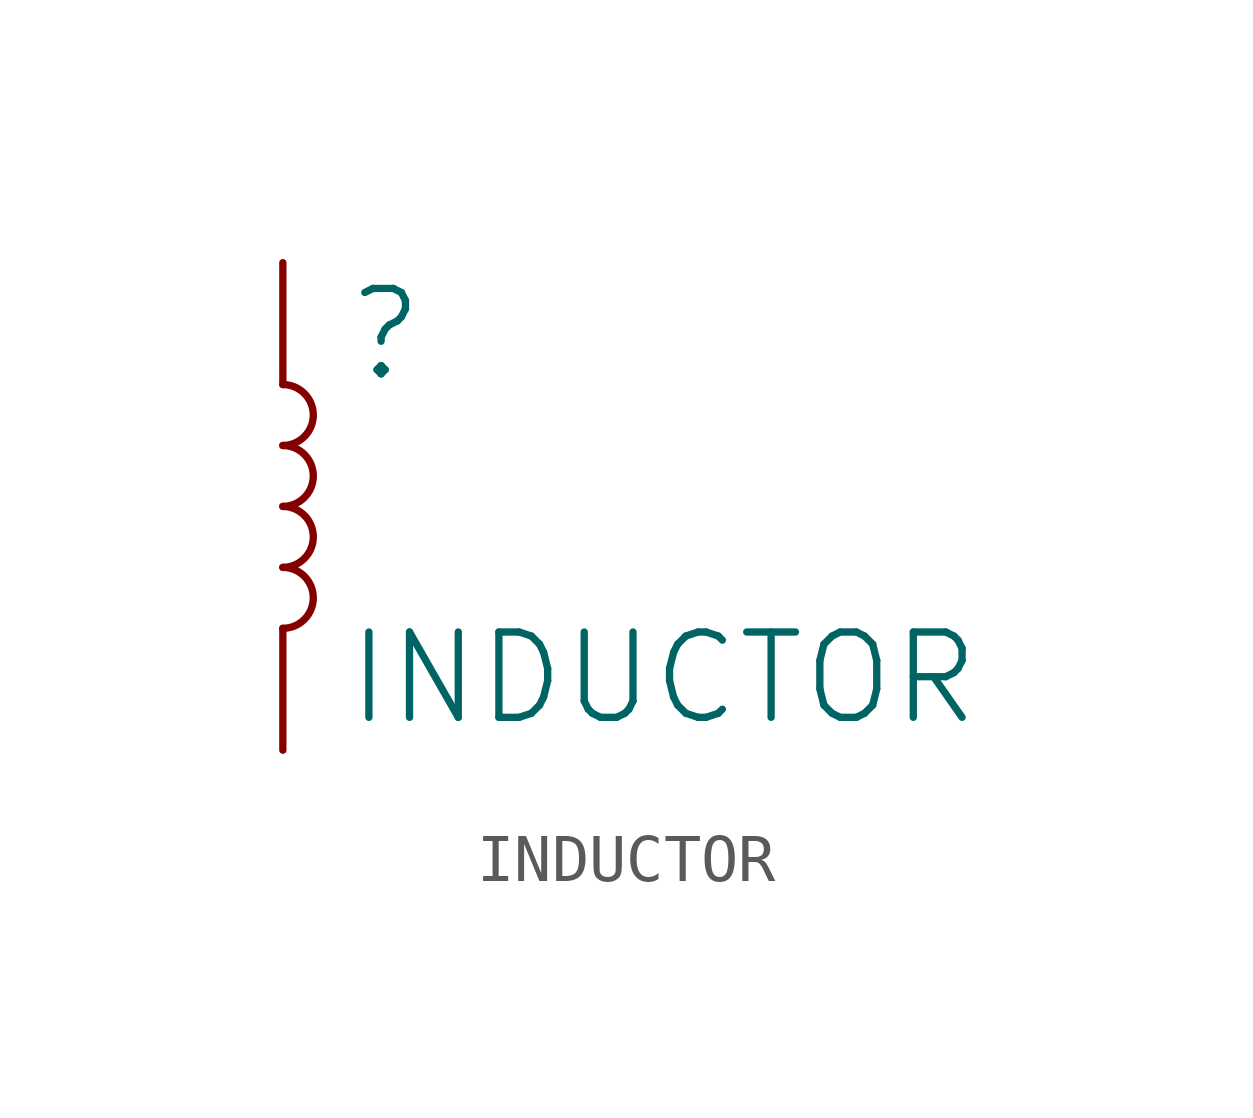
<source format=kicad_sym>
(kicad_symbol_lib
  (version 20220331)
  (generator kicad_symbol_editor)
  (symbol "INDUCTOR"
    (property "Reference" ""
      (at 1.27 2.54 0)
      (effects (font (size 1.778 1.778)) (justify left bottom)))
    (property "Value" "INDUCTOR"
      (at 1.27 -2.54 0)
      (effects (font (size 1.778 1.778)) (justify left top)))
    (property "ki_locked" ""
      (at 0 0 0)
      (effects (font (size 1.27 1.27))))
    (symbol "INDUCTOR_1_0"
      (arc (start 0 -2.54) (mid 0.635 -1.905) (end 0 -1.27) (stroke (width 0.1524) (type solid)) (fill (type none)))
      (arc (start 0 -1.27) (mid 0.635 -0.635) (end 0 0) (stroke (width 0.1524) (type solid)) (fill (type none)))
      (arc (start 0 0) (mid 0.635 0.635) (end 0 1.27) (stroke (width 0.1524) (type solid)) (fill (type none)))
      (arc (start 0 1.27) (mid 0.635 1.905) (end 0 2.54) (stroke (width 0.1524) (type solid)) (fill (type none)))
      (pin passive line (at 0 5.08 270) (length 2.54) (name "1" (effects (font (size 0 0)))) (number "P$1" (effects (font (size 0 0)))))
      (pin passive line (at 0 -5.08 90) (length 2.54) (name "2" (effects (font (size 0 0)))) (number "P$2" (effects (font (size 0 0))))))))
</source>
